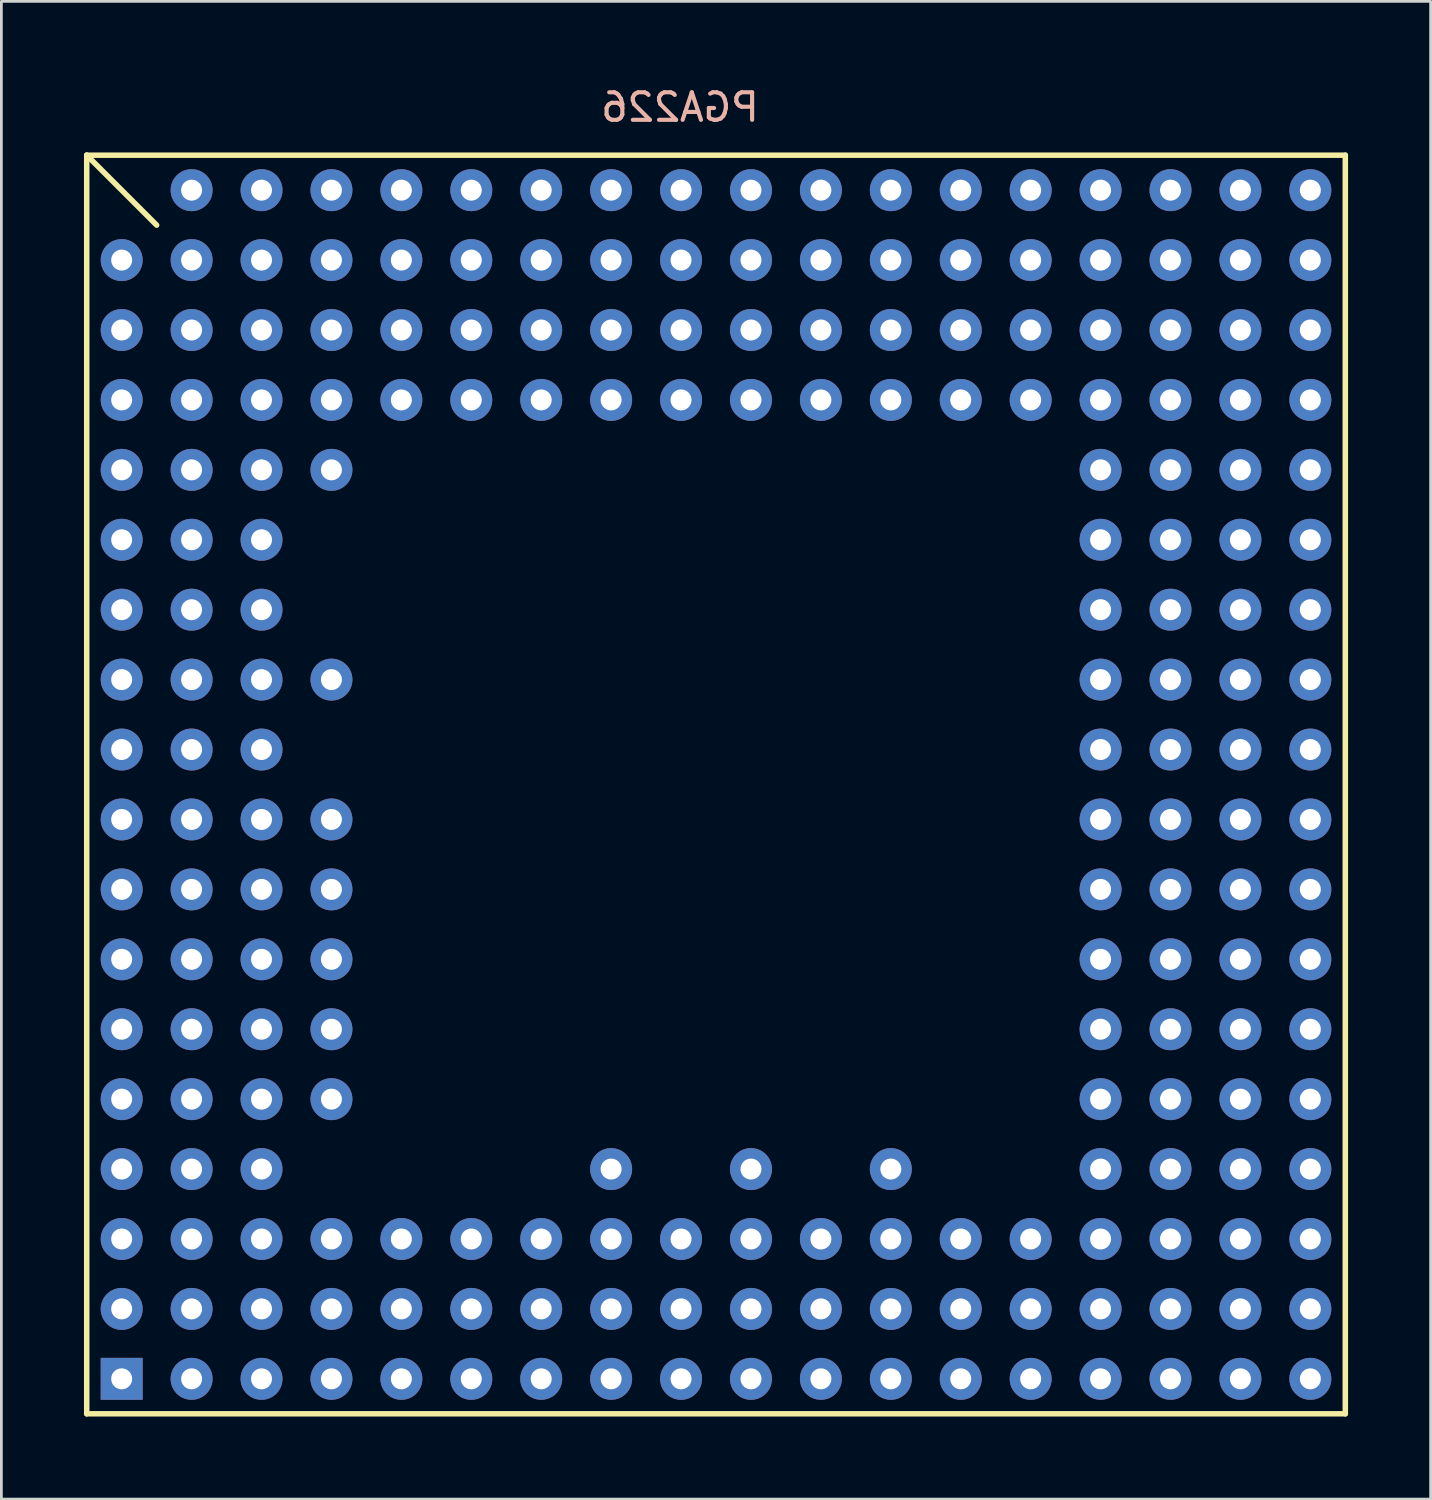
<source format=kicad_pcb>
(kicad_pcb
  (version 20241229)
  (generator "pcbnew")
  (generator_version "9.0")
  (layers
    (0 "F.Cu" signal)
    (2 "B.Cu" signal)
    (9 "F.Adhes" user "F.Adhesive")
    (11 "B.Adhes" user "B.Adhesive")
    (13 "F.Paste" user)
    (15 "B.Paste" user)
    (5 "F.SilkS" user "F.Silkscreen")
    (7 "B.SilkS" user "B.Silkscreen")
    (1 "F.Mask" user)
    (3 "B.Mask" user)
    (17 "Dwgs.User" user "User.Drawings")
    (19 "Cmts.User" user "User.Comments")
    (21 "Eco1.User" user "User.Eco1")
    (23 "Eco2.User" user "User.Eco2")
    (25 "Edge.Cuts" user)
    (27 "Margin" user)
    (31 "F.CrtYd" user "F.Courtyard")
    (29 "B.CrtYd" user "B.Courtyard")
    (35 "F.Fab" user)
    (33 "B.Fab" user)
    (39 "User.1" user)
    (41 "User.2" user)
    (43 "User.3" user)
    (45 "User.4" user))
  (footprint "PGA226"
    (layer "F.Cu")
    (at 21.69 8.938)
    (property "Reference" "PGA226" (at -0.038 -8.09 0) (layer "B.SilkS") (effects (font (size 1 1) (thickness 0.15)) (justify mirror)))
    (attr through_hole)
    (fp_line (start -21.59 -6.35) (end -19.05 -3.81) (stroke (width 0.2) (type solid)) (layer "F.SilkS"))
    (fp_line (start -21.59 -6.35) (end 24.13 -6.35) (stroke (width 0.2) (type solid)) (layer "F.SilkS"))
    (fp_line (start -21.59 39.37) (end -21.59 -6.35) (stroke (width 0.2) (type solid)) (layer "F.SilkS"))
    (fp_line (start 24.13 -6.35) (end 24.13 39.37) (stroke (width 0.2) (type solid)) (layer "F.SilkS"))
    (fp_line (start 24.13 39.37) (end -21.59 39.37) (stroke (width 0.2) (type solid)) (layer "F.SilkS"))
    (pad "1" thru_hole rect (at -20.32 38.1) (size 1.524 1.524) (drill 0.762) (layers "*.Cu" "*.Mask"))
    (pad "2" thru_hole circle (at -17.78 38.1) (size 1.524 1.524) (drill 0.762) (layers "*.Cu" "*.Mask"))
    (pad "3" thru_hole circle (at -15.24 38.1) (size 1.524 1.524) (drill 0.762) (layers "*.Cu" "*.Mask"))
    (pad "4" thru_hole circle (at -12.7 38.1) (size 1.524 1.524) (drill 0.762) (layers "*.Cu" "*.Mask"))
    (pad "5" thru_hole circle (at -10.16 38.1) (size 1.524 1.524) (drill 0.762) (layers "*.Cu" "*.Mask"))
    (pad "6" thru_hole circle (at -7.62 38.1) (size 1.524 1.524) (drill 0.762) (layers "*.Cu" "*.Mask"))
    (pad "7" thru_hole circle (at -5.08 38.1) (size 1.524 1.524) (drill 0.762) (layers "*.Cu" "*.Mask"))
    (pad "8" thru_hole circle (at -2.54 38.1) (size 1.524 1.524) (drill 0.762) (layers "*.Cu" "*.Mask"))
    (pad "9" thru_hole circle (at 0 38.1) (size 1.524 1.524) (drill 0.762) (layers "*.Cu" "*.Mask"))
    (pad "10" thru_hole circle (at 2.54 38.1) (size 1.524 1.524) (drill 0.762) (layers "*.Cu" "*.Mask"))
    (pad "11" thru_hole circle (at 5.08 38.1) (size 1.524 1.524) (drill 0.762) (layers "*.Cu" "*.Mask"))
    (pad "12" thru_hole circle (at 7.62 38.1) (size 1.524 1.524) (drill 0.762) (layers "*.Cu" "*.Mask"))
    (pad "13" thru_hole circle (at 10.16 38.1) (size 1.524 1.524) (drill 0.762) (layers "*.Cu" "*.Mask"))
    (pad "14" thru_hole circle (at 12.7 38.1) (size 1.524 1.524) (drill 0.762) (layers "*.Cu" "*.Mask"))
    (pad "15" thru_hole circle (at 15.24 38.1) (size 1.524 1.524) (drill 0.762) (layers "*.Cu" "*.Mask"))
    (pad "16" thru_hole circle (at 17.78 38.1) (size 1.524 1.524) (drill 0.762) (layers "*.Cu" "*.Mask"))
    (pad "17" thru_hole circle (at 20.32 38.1) (size 1.524 1.524) (drill 0.762) (layers "*.Cu" "*.Mask"))
    (pad "18" thru_hole circle (at 22.86 38.1) (size 1.524 1.524) (drill 0.762) (layers "*.Cu" "*.Mask"))
    (pad "19" thru_hole circle (at -20.32 35.56) (size 1.524 1.524) (drill 0.762) (layers "*.Cu" "*.Mask"))
    (pad "20" thru_hole circle (at -17.78 35.56) (size 1.524 1.524) (drill 0.762) (layers "*.Cu" "*.Mask"))
    (pad "21" thru_hole circle (at -15.24 35.56) (size 1.524 1.524) (drill 0.762) (layers "*.Cu" "*.Mask"))
    (pad "22" thru_hole circle (at -12.7 35.56) (size 1.524 1.524) (drill 0.762) (layers "*.Cu" "*.Mask"))
    (pad "23" thru_hole circle (at -10.16 35.56) (size 1.524 1.524) (drill 0.762) (layers "*.Cu" "*.Mask"))
    (pad "24" thru_hole circle (at -7.62 35.56) (size 1.524 1.524) (drill 0.762) (layers "*.Cu" "*.Mask"))
    (pad "25" thru_hole circle (at -5.08 35.56) (size 1.524 1.524) (drill 0.762) (layers "*.Cu" "*.Mask"))
    (pad "26" thru_hole circle (at -2.54 35.56) (size 1.524 1.524) (drill 0.762) (layers "*.Cu" "*.Mask"))
    (pad "27" thru_hole circle (at 0 35.56) (size 1.524 1.524) (drill 0.762) (layers "*.Cu" "*.Mask"))
    (pad "28" thru_hole circle (at 2.54 35.56) (size 1.524 1.524) (drill 0.762) (layers "*.Cu" "*.Mask"))
    (pad "29" thru_hole circle (at 5.08 35.56) (size 1.524 1.524) (drill 0.762) (layers "*.Cu" "*.Mask"))
    (pad "30" thru_hole circle (at 7.62 35.56) (size 1.524 1.524) (drill 0.762) (layers "*.Cu" "*.Mask"))
    (pad "31" thru_hole circle (at 10.16 35.56) (size 1.524 1.524) (drill 0.762) (layers "*.Cu" "*.Mask"))
    (pad "32" thru_hole circle (at 12.7 35.56) (size 1.524 1.524) (drill 0.762) (layers "*.Cu" "*.Mask"))
    (pad "33" thru_hole circle (at 15.24 35.56) (size 1.524 1.524) (drill 0.762) (layers "*.Cu" "*.Mask"))
    (pad "34" thru_hole circle (at 17.78 35.56) (size 1.524 1.524) (drill 0.762) (layers "*.Cu" "*.Mask"))
    (pad "35" thru_hole circle (at 20.32 35.56) (size 1.524 1.524) (drill 0.762) (layers "*.Cu" "*.Mask"))
    (pad "36" thru_hole circle (at 22.86 35.56) (size 1.524 1.524) (drill 0.762) (layers "*.Cu" "*.Mask"))
    (pad "37" thru_hole circle (at -20.32 33.02) (size 1.524 1.524) (drill 0.762) (layers "*.Cu" "*.Mask"))
    (pad "38" thru_hole circle (at -17.78 33.02) (size 1.524 1.524) (drill 0.762) (layers "*.Cu" "*.Mask"))
    (pad "39" thru_hole circle (at -15.24 33.02) (size 1.524 1.524) (drill 0.762) (layers "*.Cu" "*.Mask"))
    (pad "40" thru_hole circle (at -12.7 33.02) (size 1.524 1.524) (drill 0.762) (layers "*.Cu" "*.Mask"))
    (pad "41" thru_hole circle (at -10.16 33.02) (size 1.524 1.524) (drill 0.762) (layers "*.Cu" "*.Mask"))
    (pad "42" thru_hole circle (at -7.62 33.02) (size 1.524 1.524) (drill 0.762) (layers "*.Cu" "*.Mask"))
    (pad "43" thru_hole circle (at -5.08 33.02) (size 1.524 1.524) (drill 0.762) (layers "*.Cu" "*.Mask"))
    (pad "44" thru_hole circle (at -2.54 33.02) (size 1.524 1.524) (drill 0.762) (layers "*.Cu" "*.Mask"))
    (pad "45" thru_hole circle (at 0 33.02) (size 1.524 1.524) (drill 0.762) (layers "*.Cu" "*.Mask"))
    (pad "46" thru_hole circle (at 2.54 33.02) (size 1.524 1.524) (drill 0.762) (layers "*.Cu" "*.Mask"))
    (pad "47" thru_hole circle (at 5.08 33.02) (size 1.524 1.524) (drill 0.762) (layers "*.Cu" "*.Mask"))
    (pad "48" thru_hole circle (at 7.62 33.02) (size 1.524 1.524) (drill 0.762) (layers "*.Cu" "*.Mask"))
    (pad "49" thru_hole circle (at 10.16 33.02) (size 1.524 1.524) (drill 0.762) (layers "*.Cu" "*.Mask"))
    (pad "50" thru_hole circle (at 12.7 33.02) (size 1.524 1.524) (drill 0.762) (layers "*.Cu" "*.Mask"))
    (pad "51" thru_hole circle (at 15.24 33.02) (size 1.524 1.524) (drill 0.762) (layers "*.Cu" "*.Mask"))
    (pad "52" thru_hole circle (at 17.78 33.02) (size 1.524 1.524) (drill 0.762) (layers "*.Cu" "*.Mask"))
    (pad "53" thru_hole circle (at 20.32 33.02) (size 1.524 1.524) (drill 0.762) (layers "*.Cu" "*.Mask"))
    (pad "54" thru_hole circle (at 22.86 33.02) (size 1.524 1.524) (drill 0.762) (layers "*.Cu" "*.Mask"))
    (pad "55" thru_hole circle (at -20.32 30.48) (size 1.524 1.524) (drill 0.762) (layers "*.Cu" "*.Mask"))
    (pad "56" thru_hole circle (at -17.78 30.48) (size 1.524 1.524) (drill 0.762) (layers "*.Cu" "*.Mask"))
    (pad "57" thru_hole circle (at -15.24 30.48) (size 1.524 1.524) (drill 0.762) (layers "*.Cu" "*.Mask"))
    (pad "58" thru_hole circle (at 17.78 30.48) (size 1.524 1.524) (drill 0.762) (layers "*.Cu" "*.Mask"))
    (pad "59" thru_hole circle (at 20.32 30.48) (size 1.524 1.524) (drill 0.762) (layers "*.Cu" "*.Mask"))
    (pad "60" thru_hole circle (at 22.86 30.48) (size 1.524 1.524) (drill 0.762) (layers "*.Cu" "*.Mask"))
    (pad "61" thru_hole circle (at -20.32 27.94) (size 1.524 1.524) (drill 0.762) (layers "*.Cu" "*.Mask"))
    (pad "62" thru_hole circle (at -17.78 27.94) (size 1.524 1.524) (drill 0.762) (layers "*.Cu" "*.Mask"))
    (pad "63" thru_hole circle (at -15.24 27.94) (size 1.524 1.524) (drill 0.762) (layers "*.Cu" "*.Mask"))
    (pad "64" thru_hole circle (at 17.78 27.94) (size 1.524 1.524) (drill 0.762) (layers "*.Cu" "*.Mask"))
    (pad "65" thru_hole circle (at 20.32 27.94) (size 1.524 1.524) (drill 0.762) (layers "*.Cu" "*.Mask"))
    (pad "66" thru_hole circle (at 22.86 27.94) (size 1.524 1.524) (drill 0.762) (layers "*.Cu" "*.Mask"))
    (pad "67" thru_hole circle (at -20.32 25.4) (size 1.524 1.524) (drill 0.762) (layers "*.Cu" "*.Mask"))
    (pad "68" thru_hole circle (at -17.78 25.4) (size 1.524 1.524) (drill 0.762) (layers "*.Cu" "*.Mask"))
    (pad "69" thru_hole circle (at -15.24 25.4) (size 1.524 1.524) (drill 0.762) (layers "*.Cu" "*.Mask"))
    (pad "70" thru_hole circle (at 17.78 25.4) (size 1.524 1.524) (drill 0.762) (layers "*.Cu" "*.Mask"))
    (pad "71" thru_hole circle (at 20.32 25.4) (size 1.524 1.524) (drill 0.762) (layers "*.Cu" "*.Mask"))
    (pad "72" thru_hole circle (at 22.86 25.4) (size 1.524 1.524) (drill 0.762) (layers "*.Cu" "*.Mask"))
    (pad "73" thru_hole circle (at -20.32 22.86) (size 1.524 1.524) (drill 0.762) (layers "*.Cu" "*.Mask"))
    (pad "74" thru_hole circle (at -17.78 22.86) (size 1.524 1.524) (drill 0.762) (layers "*.Cu" "*.Mask"))
    (pad "75" thru_hole circle (at -15.24 22.86) (size 1.524 1.524) (drill 0.762) (layers "*.Cu" "*.Mask"))
    (pad "76" thru_hole circle (at 17.78 22.86) (size 1.524 1.524) (drill 0.762) (layers "*.Cu" "*.Mask"))
    (pad "77" thru_hole circle (at 20.32 22.86) (size 1.524 1.524) (drill 0.762) (layers "*.Cu" "*.Mask"))
    (pad "78" thru_hole circle (at 22.86 22.86) (size 1.524 1.524) (drill 0.762) (layers "*.Cu" "*.Mask"))
    (pad "79" thru_hole circle (at -20.32 20.32) (size 1.524 1.524) (drill 0.762) (layers "*.Cu" "*.Mask"))
    (pad "80" thru_hole circle (at -17.78 20.32) (size 1.524 1.524) (drill 0.762) (layers "*.Cu" "*.Mask"))
    (pad "81" thru_hole circle (at -15.24 20.32) (size 1.524 1.524) (drill 0.762) (layers "*.Cu" "*.Mask"))
    (pad "82" thru_hole circle (at 17.78 20.32) (size 1.524 1.524) (drill 0.762) (layers "*.Cu" "*.Mask"))
    (pad "83" thru_hole circle (at 20.32 20.32) (size 1.524 1.524) (drill 0.762) (layers "*.Cu" "*.Mask"))
    (pad "84" thru_hole circle (at 22.86 20.32) (size 1.524 1.524) (drill 0.762) (layers "*.Cu" "*.Mask"))
    (pad "85" thru_hole circle (at -20.32 17.78) (size 1.524 1.524) (drill 0.762) (layers "*.Cu" "*.Mask"))
    (pad "86" thru_hole circle (at -17.78 17.78) (size 1.524 1.524) (drill 0.762) (layers "*.Cu" "*.Mask"))
    (pad "87" thru_hole circle (at -15.24 17.78) (size 1.524 1.524) (drill 0.762) (layers "*.Cu" "*.Mask"))
    (pad "88" thru_hole circle (at 17.78 17.78) (size 1.524 1.524) (drill 0.762) (layers "*.Cu" "*.Mask"))
    (pad "89" thru_hole circle (at 20.32 17.78) (size 1.524 1.524) (drill 0.762) (layers "*.Cu" "*.Mask"))
    (pad "90" thru_hole circle (at 22.86 17.78) (size 1.524 1.524) (drill 0.762) (layers "*.Cu" "*.Mask"))
    (pad "91" thru_hole circle (at -20.32 15.24) (size 1.524 1.524) (drill 0.762) (layers "*.Cu" "*.Mask"))
    (pad "92" thru_hole circle (at -17.78 15.24) (size 1.524 1.524) (drill 0.762) (layers "*.Cu" "*.Mask"))
    (pad "93" thru_hole circle (at -15.24 15.24) (size 1.524 1.524) (drill 0.762) (layers "*.Cu" "*.Mask"))
    (pad "94" thru_hole circle (at 17.78 15.24) (size 1.524 1.524) (drill 0.762) (layers "*.Cu" "*.Mask"))
    (pad "95" thru_hole circle (at 20.32 15.24) (size 1.524 1.524) (drill 0.762) (layers "*.Cu" "*.Mask"))
    (pad "96" thru_hole circle (at 22.86 15.24) (size 1.524 1.524) (drill 0.762) (layers "*.Cu" "*.Mask"))
    (pad "97" thru_hole circle (at -20.32 12.7) (size 1.524 1.524) (drill 0.762) (layers "*.Cu" "*.Mask"))
    (pad "98" thru_hole circle (at -17.78 12.7) (size 1.524 1.524) (drill 0.762) (layers "*.Cu" "*.Mask"))
    (pad "99" thru_hole circle (at -15.24 12.7) (size 1.524 1.524) (drill 0.762) (layers "*.Cu" "*.Mask"))
    (pad "100" thru_hole circle (at 17.78 12.7) (size 1.524 1.524) (drill 0.762) (layers "*.Cu" "*.Mask"))
    (pad "101" thru_hole circle (at 20.32 12.7) (size 1.524 1.524) (drill 0.762) (layers "*.Cu" "*.Mask"))
    (pad "102" thru_hole circle (at 22.86 12.7) (size 1.524 1.524) (drill 0.762) (layers "*.Cu" "*.Mask"))
    (pad "103" thru_hole circle (at -20.32 10.16) (size 1.524 1.524) (drill 0.762) (layers "*.Cu" "*.Mask"))
    (pad "104" thru_hole circle (at -17.78 10.16) (size 1.524 1.524) (drill 0.762) (layers "*.Cu" "*.Mask"))
    (pad "105" thru_hole circle (at -15.24 10.16) (size 1.524 1.524) (drill 0.762) (layers "*.Cu" "*.Mask"))
    (pad "106" thru_hole circle (at 17.78 10.16) (size 1.524 1.524) (drill 0.762) (layers "*.Cu" "*.Mask"))
    (pad "107" thru_hole circle (at 20.32 10.16) (size 1.524 1.524) (drill 0.762) (layers "*.Cu" "*.Mask"))
    (pad "108" thru_hole circle (at 22.86 10.16) (size 1.524 1.524) (drill 0.762) (layers "*.Cu" "*.Mask"))
    (pad "109" thru_hole circle (at -20.32 7.62) (size 1.524 1.524) (drill 0.762) (layers "*.Cu" "*.Mask"))
    (pad "110" thru_hole circle (at -17.78 7.62) (size 1.524 1.524) (drill 0.762) (layers "*.Cu" "*.Mask"))
    (pad "111" thru_hole circle (at -15.24 7.62) (size 1.524 1.524) (drill 0.762) (layers "*.Cu" "*.Mask"))
    (pad "112" thru_hole circle (at 17.78 7.62) (size 1.524 1.524) (drill 0.762) (layers "*.Cu" "*.Mask"))
    (pad "113" thru_hole circle (at 20.32 7.62) (size 1.524 1.524) (drill 0.762) (layers "*.Cu" "*.Mask"))
    (pad "114" thru_hole circle (at 22.86 7.62) (size 1.524 1.524) (drill 0.762) (layers "*.Cu" "*.Mask"))
    (pad "115" thru_hole circle (at -20.32 5.08) (size 1.524 1.524) (drill 0.762) (layers "*.Cu" "*.Mask"))
    (pad "116" thru_hole circle (at -17.78 5.08) (size 1.524 1.524) (drill 0.762) (layers "*.Cu" "*.Mask"))
    (pad "117" thru_hole circle (at -15.24 5.08) (size 1.524 1.524) (drill 0.762) (layers "*.Cu" "*.Mask"))
    (pad "118" thru_hole circle (at 17.78 5.08) (size 1.524 1.524) (drill 0.762) (layers "*.Cu" "*.Mask"))
    (pad "119" thru_hole circle (at 20.32 5.08) (size 1.524 1.524) (drill 0.762) (layers "*.Cu" "*.Mask"))
    (pad "120" thru_hole circle (at 22.86 5.08) (size 1.524 1.524) (drill 0.762) (layers "*.Cu" "*.Mask"))
    (pad "121" thru_hole circle (at -20.32 2.54) (size 1.524 1.524) (drill 0.762) (layers "*.Cu" "*.Mask"))
    (pad "122" thru_hole circle (at -17.78 2.54) (size 1.524 1.524) (drill 0.762) (layers "*.Cu" "*.Mask"))
    (pad "123" thru_hole circle (at -15.24 2.54) (size 1.524 1.524) (drill 0.762) (layers "*.Cu" "*.Mask"))
    (pad "124" thru_hole circle (at 17.78 2.54) (size 1.524 1.524) (drill 0.762) (layers "*.Cu" "*.Mask"))
    (pad "125" thru_hole circle (at 20.32 2.54) (size 1.524 1.524) (drill 0.762) (layers "*.Cu" "*.Mask"))
    (pad "126" thru_hole circle (at 22.86 2.54) (size 1.524 1.524) (drill 0.762) (layers "*.Cu" "*.Mask"))
    (pad "127" thru_hole circle (at -20.32 0) (size 1.524 1.524) (drill 0.762) (layers "*.Cu" "*.Mask"))
    (pad "128" thru_hole circle (at -17.78 0) (size 1.524 1.524) (drill 0.762) (layers "*.Cu" "*.Mask"))
    (pad "129" thru_hole circle (at -15.24 0) (size 1.524 1.524) (drill 0.762) (layers "*.Cu" "*.Mask"))
    (pad "130" thru_hole circle (at -12.7 0) (size 1.524 1.524) (drill 0.762) (layers "*.Cu" "*.Mask"))
    (pad "131" thru_hole circle (at -10.16 0) (size 1.524 1.524) (drill 0.762) (layers "*.Cu" "*.Mask"))
    (pad "132" thru_hole circle (at -7.62 0) (size 1.524 1.524) (drill 0.762) (layers "*.Cu" "*.Mask"))
    (pad "133" thru_hole circle (at -5.08 0) (size 1.524 1.524) (drill 0.762) (layers "*.Cu" "*.Mask"))
    (pad "134" thru_hole circle (at -2.54 0) (size 1.524 1.524) (drill 0.762) (layers "*.Cu" "*.Mask"))
    (pad "135" thru_hole circle (at 0 0) (size 1.524 1.524) (drill 0.762) (layers "*.Cu" "*.Mask"))
    (pad "136" thru_hole circle (at 2.54 0) (size 1.524 1.524) (drill 0.762) (layers "*.Cu" "*.Mask"))
    (pad "137" thru_hole circle (at 5.08 0) (size 1.524 1.524) (drill 0.762) (layers "*.Cu" "*.Mask"))
    (pad "138" thru_hole circle (at 7.62 0) (size 1.524 1.524) (drill 0.762) (layers "*.Cu" "*.Mask"))
    (pad "139" thru_hole circle (at 10.16 0) (size 1.524 1.524) (drill 0.762) (layers "*.Cu" "*.Mask"))
    (pad "140" thru_hole circle (at 12.7 0) (size 1.524 1.524) (drill 0.762) (layers "*.Cu" "*.Mask"))
    (pad "141" thru_hole circle (at 15.24 0) (size 1.524 1.524) (drill 0.762) (layers "*.Cu" "*.Mask"))
    (pad "142" thru_hole circle (at 17.78 0) (size 1.524 1.524) (drill 0.762) (layers "*.Cu" "*.Mask"))
    (pad "143" thru_hole circle (at 20.32 0) (size 1.524 1.524) (drill 0.762) (layers "*.Cu" "*.Mask"))
    (pad "144" thru_hole circle (at 22.86 0) (size 1.524 1.524) (drill 0.762) (layers "*.Cu" "*.Mask"))
    (pad "145" thru_hole circle (at -20.32 -2.54) (size 1.524 1.524) (drill 0.762) (layers "*.Cu" "*.Mask"))
    (pad "146" thru_hole circle (at -17.78 -2.54) (size 1.524 1.524) (drill 0.762) (layers "*.Cu" "*.Mask"))
    (pad "147" thru_hole circle (at -15.24 -2.54) (size 1.524 1.524) (drill 0.762) (layers "*.Cu" "*.Mask"))
    (pad "148" thru_hole circle (at -12.7 -2.54) (size 1.524 1.524) (drill 0.762) (layers "*.Cu" "*.Mask"))
    (pad "149" thru_hole circle (at -10.16 -2.54) (size 1.524 1.524) (drill 0.762) (layers "*.Cu" "*.Mask"))
    (pad "150" thru_hole circle (at -7.62 -2.54) (size 1.524 1.524) (drill 0.762) (layers "*.Cu" "*.Mask"))
    (pad "151" thru_hole circle (at -5.08 -2.54) (size 1.524 1.524) (drill 0.762) (layers "*.Cu" "*.Mask"))
    (pad "152" thru_hole circle (at -2.54 -2.54) (size 1.524 1.524) (drill 0.762) (layers "*.Cu" "*.Mask"))
    (pad "153" thru_hole circle (at 0 -2.54) (size 1.524 1.524) (drill 0.762) (layers "*.Cu" "*.Mask"))
    (pad "154" thru_hole circle (at 2.54 -2.54) (size 1.524 1.524) (drill 0.762) (layers "*.Cu" "*.Mask"))
    (pad "155" thru_hole circle (at 5.08 -2.54) (size 1.524 1.524) (drill 0.762) (layers "*.Cu" "*.Mask"))
    (pad "156" thru_hole circle (at 7.62 -2.54) (size 1.524 1.524) (drill 0.762) (layers "*.Cu" "*.Mask"))
    (pad "157" thru_hole circle (at 10.16 -2.54) (size 1.524 1.524) (drill 0.762) (layers "*.Cu" "*.Mask"))
    (pad "158" thru_hole circle (at 12.7 -2.54) (size 1.524 1.524) (drill 0.762) (layers "*.Cu" "*.Mask"))
    (pad "159" thru_hole circle (at 15.24 -2.54) (size 1.524 1.524) (drill 0.762) (layers "*.Cu" "*.Mask"))
    (pad "160" thru_hole circle (at 17.78 -2.54) (size 1.524 1.524) (drill 0.762) (layers "*.Cu" "*.Mask"))
    (pad "161" thru_hole circle (at 20.32 -2.54) (size 1.524 1.524) (drill 0.762) (layers "*.Cu" "*.Mask"))
    (pad "162" thru_hole circle (at 22.86 -2.54) (size 1.524 1.524) (drill 0.762) (layers "*.Cu" "*.Mask"))
    (pad "163" thru_hole circle (at -17.78 -5.08) (size 1.524 1.524) (drill 0.762) (layers "*.Cu" "*.Mask"))
    (pad "164" thru_hole circle (at -15.24 -5.08) (size 1.524 1.524) (drill 0.762) (layers "*.Cu" "*.Mask"))
    (pad "165" thru_hole circle (at -12.7 -5.08) (size 1.524 1.524) (drill 0.762) (layers "*.Cu" "*.Mask"))
    (pad "166" thru_hole circle (at -10.16 -5.08) (size 1.524 1.524) (drill 0.762) (layers "*.Cu" "*.Mask"))
    (pad "167" thru_hole circle (at -7.62 -5.08) (size 1.524 1.524) (drill 0.762) (layers "*.Cu" "*.Mask"))
    (pad "168" thru_hole circle (at -5.08 -5.08) (size 1.524 1.524) (drill 0.762) (layers "*.Cu" "*.Mask"))
    (pad "169" thru_hole circle (at -2.54 -5.08) (size 1.524 1.524) (drill 0.762) (layers "*.Cu" "*.Mask"))
    (pad "170" thru_hole circle (at 0 -5.08) (size 1.524 1.524) (drill 0.762) (layers "*.Cu" "*.Mask"))
    (pad "171" thru_hole circle (at 2.54 -5.08) (size 1.524 1.524) (drill 0.762) (layers "*.Cu" "*.Mask"))
    (pad "172" thru_hole circle (at 5.08 -5.08) (size 1.524 1.524) (drill 0.762) (layers "*.Cu" "*.Mask"))
    (pad "173" thru_hole circle (at 7.62 -5.08) (size 1.524 1.524) (drill 0.762) (layers "*.Cu" "*.Mask"))
    (pad "174" thru_hole circle (at 10.16 -5.08) (size 1.524 1.524) (drill 0.762) (layers "*.Cu" "*.Mask"))
    (pad "175" thru_hole circle (at 12.7 -5.08) (size 1.524 1.524) (drill 0.762) (layers "*.Cu" "*.Mask"))
    (pad "176" thru_hole circle (at 15.24 -5.08) (size 1.524 1.524) (drill 0.762) (layers "*.Cu" "*.Mask"))
    (pad "177" thru_hole circle (at 17.78 -5.08) (size 1.524 1.524) (drill 0.762) (layers "*.Cu" "*.Mask"))
    (pad "178" thru_hole circle (at 20.32 -5.08) (size 1.524 1.524) (drill 0.762) (layers "*.Cu" "*.Mask"))
    (pad "179" thru_hole circle (at 22.86 -5.08) (size 1.524 1.524) (drill 0.762) (layers "*.Cu" "*.Mask"))
    (pad "180" thru_hole circle (at -2.54 30.48) (size 1.524 1.524) (drill 0.762) (layers "*.Cu" "*.Mask"))
    (pad "181" thru_hole circle (at 2.54 30.48) (size 1.524 1.524) (drill 0.762) (layers "*.Cu" "*.Mask"))
    (pad "182" thru_hole circle (at 7.62 30.48) (size 1.524 1.524) (drill 0.762) (layers "*.Cu" "*.Mask"))
    (pad "183" thru_hole circle (at 15.24 30.48) (size 1.524 1.524) (drill 0.762) (layers "*.Cu" "*.Mask"))
    (pad "184" thru_hole circle (at -12.7 27.94) (size 1.524 1.524) (drill 0.762) (layers "*.Cu" "*.Mask"))
    (pad "185" thru_hole circle (at 15.24 27.94) (size 1.524 1.524) (drill 0.762) (layers "*.Cu" "*.Mask"))
    (pad "186" thru_hole circle (at -12.7 25.4) (size 1.524 1.524) (drill 0.762) (layers "*.Cu" "*.Mask"))
    (pad "187" thru_hole circle (at 15.24 25.4) (size 1.524 1.524) (drill 0.762) (layers "*.Cu" "*.Mask"))
    (pad "188" thru_hole circle (at -12.7 22.86) (size 1.524 1.524) (drill 0.762) (layers "*.Cu" "*.Mask"))
    (pad "189" thru_hole circle (at 15.24 22.86) (size 1.524 1.524) (drill 0.762) (layers "*.Cu" "*.Mask"))
    (pad "190" thru_hole circle (at -12.7 20.32) (size 1.524 1.524) (drill 0.762) (layers "*.Cu" "*.Mask"))
    (pad "191" thru_hole circle (at 15.24 20.32) (size 1.524 1.524) (drill 0.762) (layers "*.Cu" "*.Mask"))
    (pad "192" thru_hole circle (at -12.7 17.78) (size 1.524 1.524) (drill 0.762) (layers "*.Cu" "*.Mask"))
    (pad "193" thru_hole circle (at 15.24 17.78) (size 1.524 1.524) (drill 0.762) (layers "*.Cu" "*.Mask"))
    (pad "194" thru_hole circle (at 15.24 15.24) (size 1.524 1.524) (drill 0.762) (layers "*.Cu" "*.Mask"))
    (pad "195" thru_hole circle (at -12.7 12.7) (size 1.524 1.524) (drill 0.762) (layers "*.Cu" "*.Mask"))
    (pad "196" thru_hole circle (at 15.24 12.7) (size 1.524 1.524) (drill 0.762) (layers "*.Cu" "*.Mask"))
    (pad "197" thru_hole circle (at 15.24 10.16) (size 1.524 1.524) (drill 0.762) (layers "*.Cu" "*.Mask"))
    (pad "198" thru_hole circle (at 15.24 7.62) (size 1.524 1.524) (drill 0.762) (layers "*.Cu" "*.Mask"))
    (pad "199" thru_hole circle (at -12.7 5.08) (size 1.524 1.524) (drill 0.762) (layers "*.Cu" "*.Mask"))
    (pad "200" thru_hole circle (at 15.24 5.08) (size 1.524 1.524) (drill 0.762) (layers "*.Cu" "*.Mask"))
    (pad "201" thru_hole circle (at -12.7 2.54) (size 1.524 1.524) (drill 0.762) (layers "*.Cu" "*.Mask"))
    (pad "202" thru_hole circle (at -10.16 2.54) (size 1.524 1.524) (drill 0.762) (layers "*.Cu" "*.Mask"))
    (pad "203" thru_hole circle (at -7.62 2.54) (size 1.524 1.524) (drill 0.762) (layers "*.Cu" "*.Mask"))
    (pad "204" thru_hole circle (at -5.08 2.54) (size 1.524 1.524) (drill 0.762) (layers "*.Cu" "*.Mask"))
    (pad "205" thru_hole circle (at -2.54 2.54) (size 1.524 1.524) (drill 0.762) (layers "*.Cu" "*.Mask"))
    (pad "206" thru_hole circle (at 0 2.54) (size 1.524 1.524) (drill 0.762) (layers "*.Cu" "*.Mask"))
    (pad "207" thru_hole circle (at 2.54 2.54) (size 1.524 1.524) (drill 0.762) (layers "*.Cu" "*.Mask"))
    (pad "208" thru_hole circle (at 5.08 2.54) (size 1.524 1.524) (drill 0.762) (layers "*.Cu" "*.Mask"))
    (pad "209" thru_hole circle (at 7.62 2.54) (size 1.524 1.524) (drill 0.762) (layers "*.Cu" "*.Mask"))
    (pad "210" thru_hole circle (at 10.16 2.54) (size 1.524 1.524) (drill 0.762) (layers "*.Cu" "*.Mask"))
    (pad "211" thru_hole circle (at 12.7 2.54) (size 1.524 1.524) (drill 0.762) (layers "*.Cu" "*.Mask"))
    (pad "212" thru_hole circle (at 15.24 2.54) (size 1.524 1.524) (drill 0.762) (layers "*.Cu" "*.Mask")))
  (gr_rect
    (start -3 -3)
    (end 48.92 51.408)
    (stroke (width 0.1) (type default))
    (fill no)
    (layer "Edge.Cuts")))
</source>
